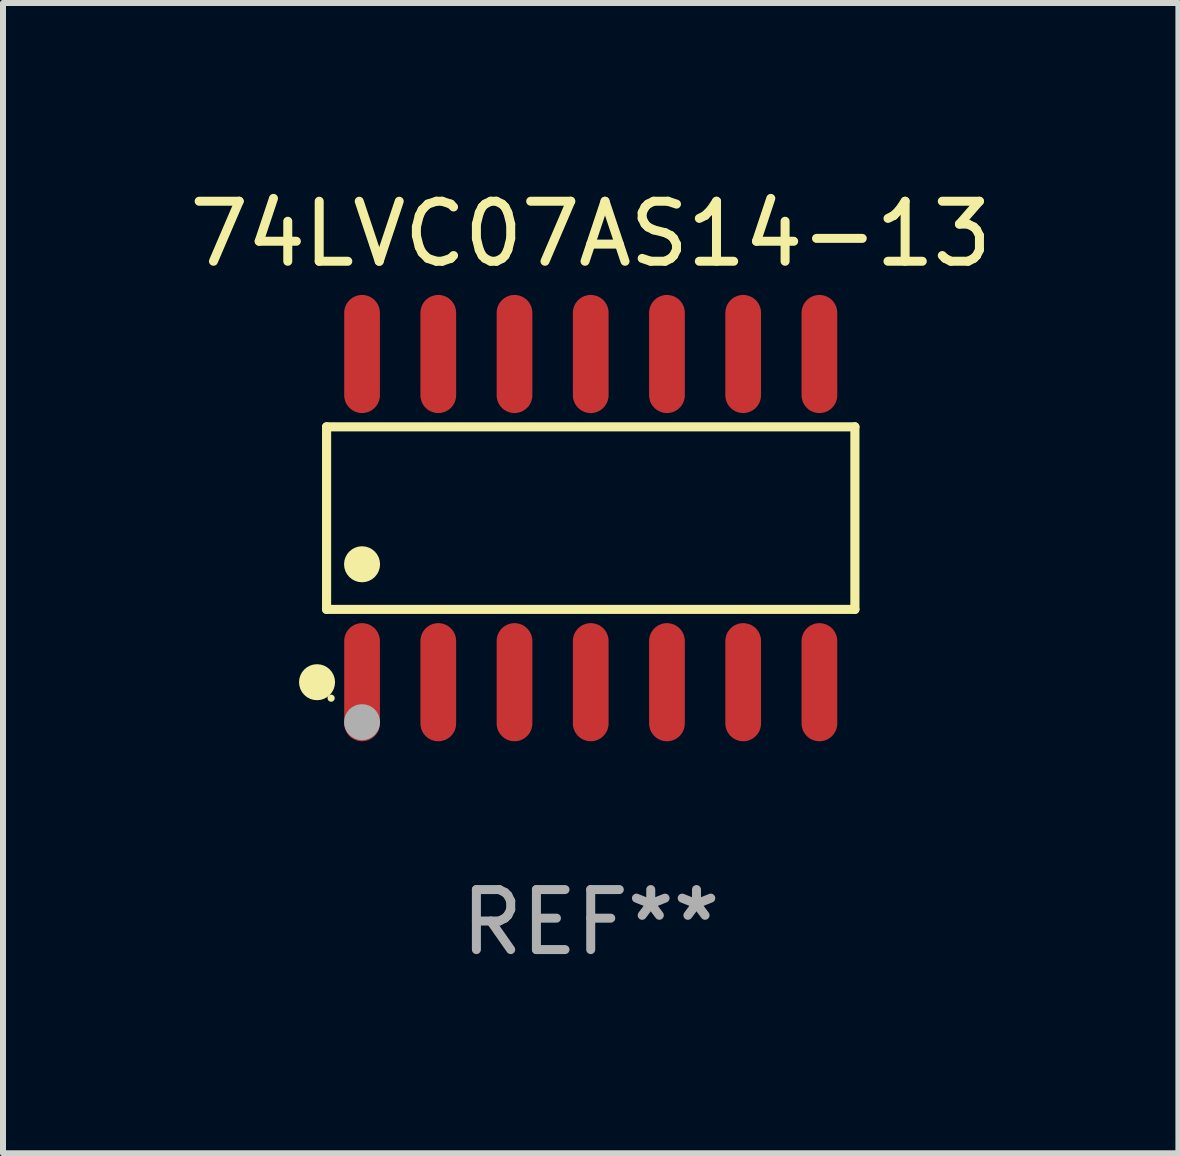
<source format=kicad_pcb>
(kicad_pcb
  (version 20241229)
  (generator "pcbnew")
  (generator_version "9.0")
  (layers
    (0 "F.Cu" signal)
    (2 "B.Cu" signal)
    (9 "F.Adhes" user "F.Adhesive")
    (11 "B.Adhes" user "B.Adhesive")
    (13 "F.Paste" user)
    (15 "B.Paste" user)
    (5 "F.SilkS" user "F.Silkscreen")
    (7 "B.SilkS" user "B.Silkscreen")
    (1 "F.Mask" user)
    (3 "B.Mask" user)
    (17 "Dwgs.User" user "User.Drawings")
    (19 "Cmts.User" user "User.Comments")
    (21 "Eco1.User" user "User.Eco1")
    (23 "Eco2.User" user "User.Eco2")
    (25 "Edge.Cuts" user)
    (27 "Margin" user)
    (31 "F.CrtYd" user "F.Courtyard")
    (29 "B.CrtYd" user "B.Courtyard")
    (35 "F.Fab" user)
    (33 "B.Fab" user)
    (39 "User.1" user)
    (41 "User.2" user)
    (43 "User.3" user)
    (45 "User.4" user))
  (footprint "74LVC07AS14-13"
    (layer "F.Cu")
    (at 6.792 5.582)
    (property "Reference" "74LVC07AS14-13" (at 0 -4.734 0) (layer "F.SilkS") (effects (font (size 1 1) (thickness 0.15))))
    (attr through_hole)
    (fp_line (start -4.401 -1.521) (end 4.401 -1.521) (stroke (width 0.152) (type solid)) (layer "F.SilkS"))
    (fp_line (start -4.401 1.521) (end -4.401 -1.521) (stroke (width 0.152) (type solid)) (layer "F.SilkS"))
    (fp_line (start 4.401 -1.521) (end 4.401 1.521) (stroke (width 0.152) (type solid)) (layer "F.SilkS"))
    (fp_line (start 4.401 1.521) (end -4.401 1.521) (stroke (width 0.152) (type solid)) (layer "F.SilkS"))
    (fp_circle (center -4.56 2.734) (end -4.41 2.734) (stroke (width 0.3) (type solid)) (fill no) (layer "F.SilkS"))
    (fp_circle (center -4.325 3) (end -4.295 3) (stroke (width 0.06) (type solid)) (fill no) (layer "F.SilkS"))
    (fp_circle (center -3.81 0.769) (end -3.66 0.769) (stroke (width 0.3) (type solid)) (fill no) (layer "F.SilkS"))
    (fp_circle (center -3.81 3.4) (end -3.66 3.4) (stroke (width 0.3) (type solid)) (fill no) (layer "F.Fab"))
    (fp_text user "REF**" (at 0 6.734 0) (layer "F.Fab") (effects (font (size 1 1) (thickness 0.15))))
    (pad "1" smd oval (at -3.81 2.734) (size 0.595 1.968) (layers "F.Cu" "F.Mask" "F.Paste"))
    (pad "2" smd oval (at -2.54 2.734) (size 0.595 1.968) (layers "F.Cu" "F.Mask" "F.Paste"))
    (pad "3" smd oval (at -1.27 2.734) (size 0.595 1.968) (layers "F.Cu" "F.Mask" "F.Paste"))
    (pad "4" smd oval (at 0 2.734) (size 0.595 1.968) (layers "F.Cu" "F.Mask" "F.Paste"))
    (pad "5" smd oval (at 1.27 2.734) (size 0.595 1.968) (layers "F.Cu" "F.Mask" "F.Paste"))
    (pad "6" smd oval (at 2.54 2.734) (size 0.595 1.968) (layers "F.Cu" "F.Mask" "F.Paste"))
    (pad "7" smd oval (at 3.81 2.734) (size 0.595 1.968) (layers "F.Cu" "F.Mask" "F.Paste"))
    (pad "8" smd oval (at 3.81 -2.734) (size 0.595 1.968) (layers "F.Cu" "F.Mask" "F.Paste"))
    (pad "9" smd oval (at 2.54 -2.734) (size 0.595 1.968) (layers "F.Cu" "F.Mask" "F.Paste"))
    (pad "10" smd oval (at 1.27 -2.734) (size 0.595 1.968) (layers "F.Cu" "F.Mask" "F.Paste"))
    (pad "11" smd oval (at 0 -2.734) (size 0.595 1.968) (layers "F.Cu" "F.Mask" "F.Paste"))
    (pad "12" smd oval (at -1.27 -2.734) (size 0.595 1.968) (layers "F.Cu" "F.Mask" "F.Paste"))
    (pad "13" smd oval (at -2.54 -2.734) (size 0.595 1.968) (layers "F.Cu" "F.Mask" "F.Paste"))
    (pad "14" smd oval (at -3.81 -2.734) (size 0.595 1.968) (layers "F.Cu" "F.Mask" "F.Paste")))
  (gr_rect
    (start -3 -3)
    (end 16.583 16.164)
    (stroke (width 0.1) (type default))
    (fill no)
    (layer "Edge.Cuts")))
</source>
